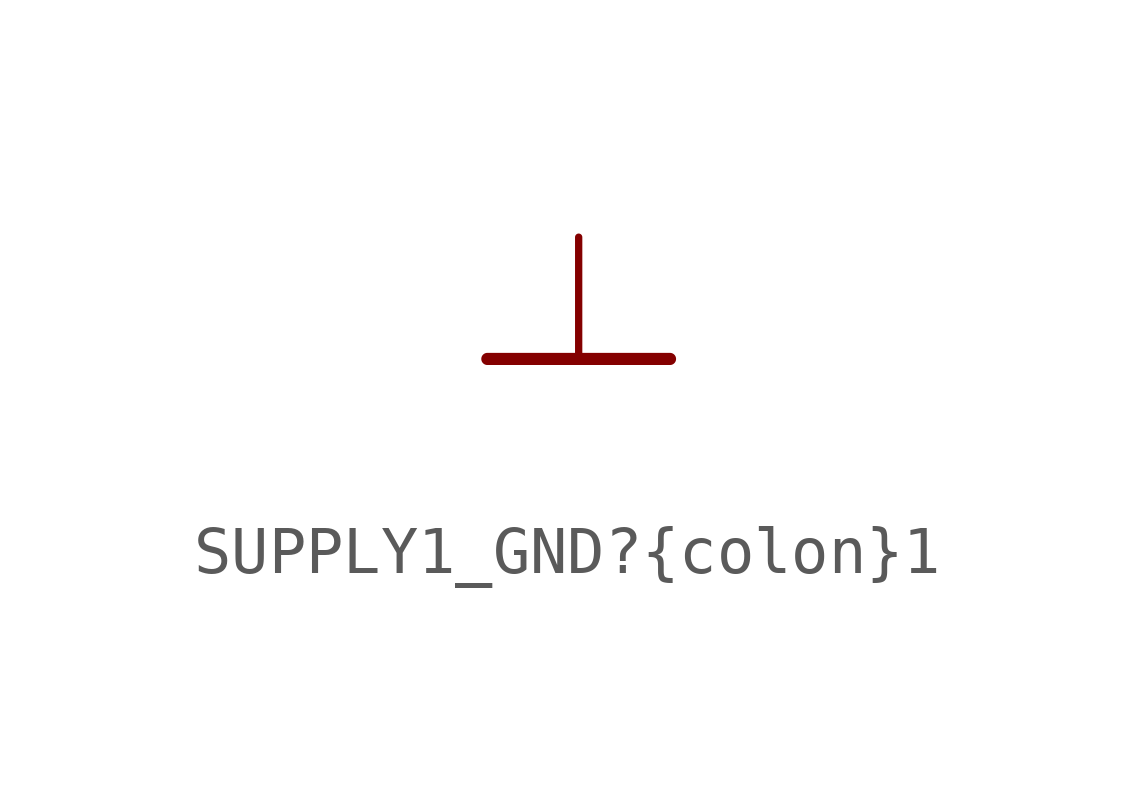
<source format=kicad_sym>
(kicad_symbol_lib
  (version 20241209)
  (generator "kicad_symbol_editor")
  (generator_version "9.0")
  (symbol "SUPPLY1_GND?{colon}1"
    (power)
    (property "Reference" "#GND"
      (at 0 0 0)
      (effects (font (size 1.27 1.27)) (hide yes)))
    (property "Value" ""
      (at -2.54 -2.54 0)
      (effects (font (size 1.778 1.511)) (justify left bottom)))
    (property "ki_locked" ""
      (at 0 0 0)
      (effects (font (size 1.27 1.27))))
    (symbol "SUPPLY1_GND?{colon}1_1_0"
      (polyline (pts (xy -1.905 0) (xy 1.905 0)) (stroke (width 0.254) (type solid)) (fill (type none)))
      (pin power_in line (at 0 2.54 270) (length 2.54) (name "GND" (effects (font (size 0 0)))) (number "1" (effects (font (size 0 0))))))))
</source>
